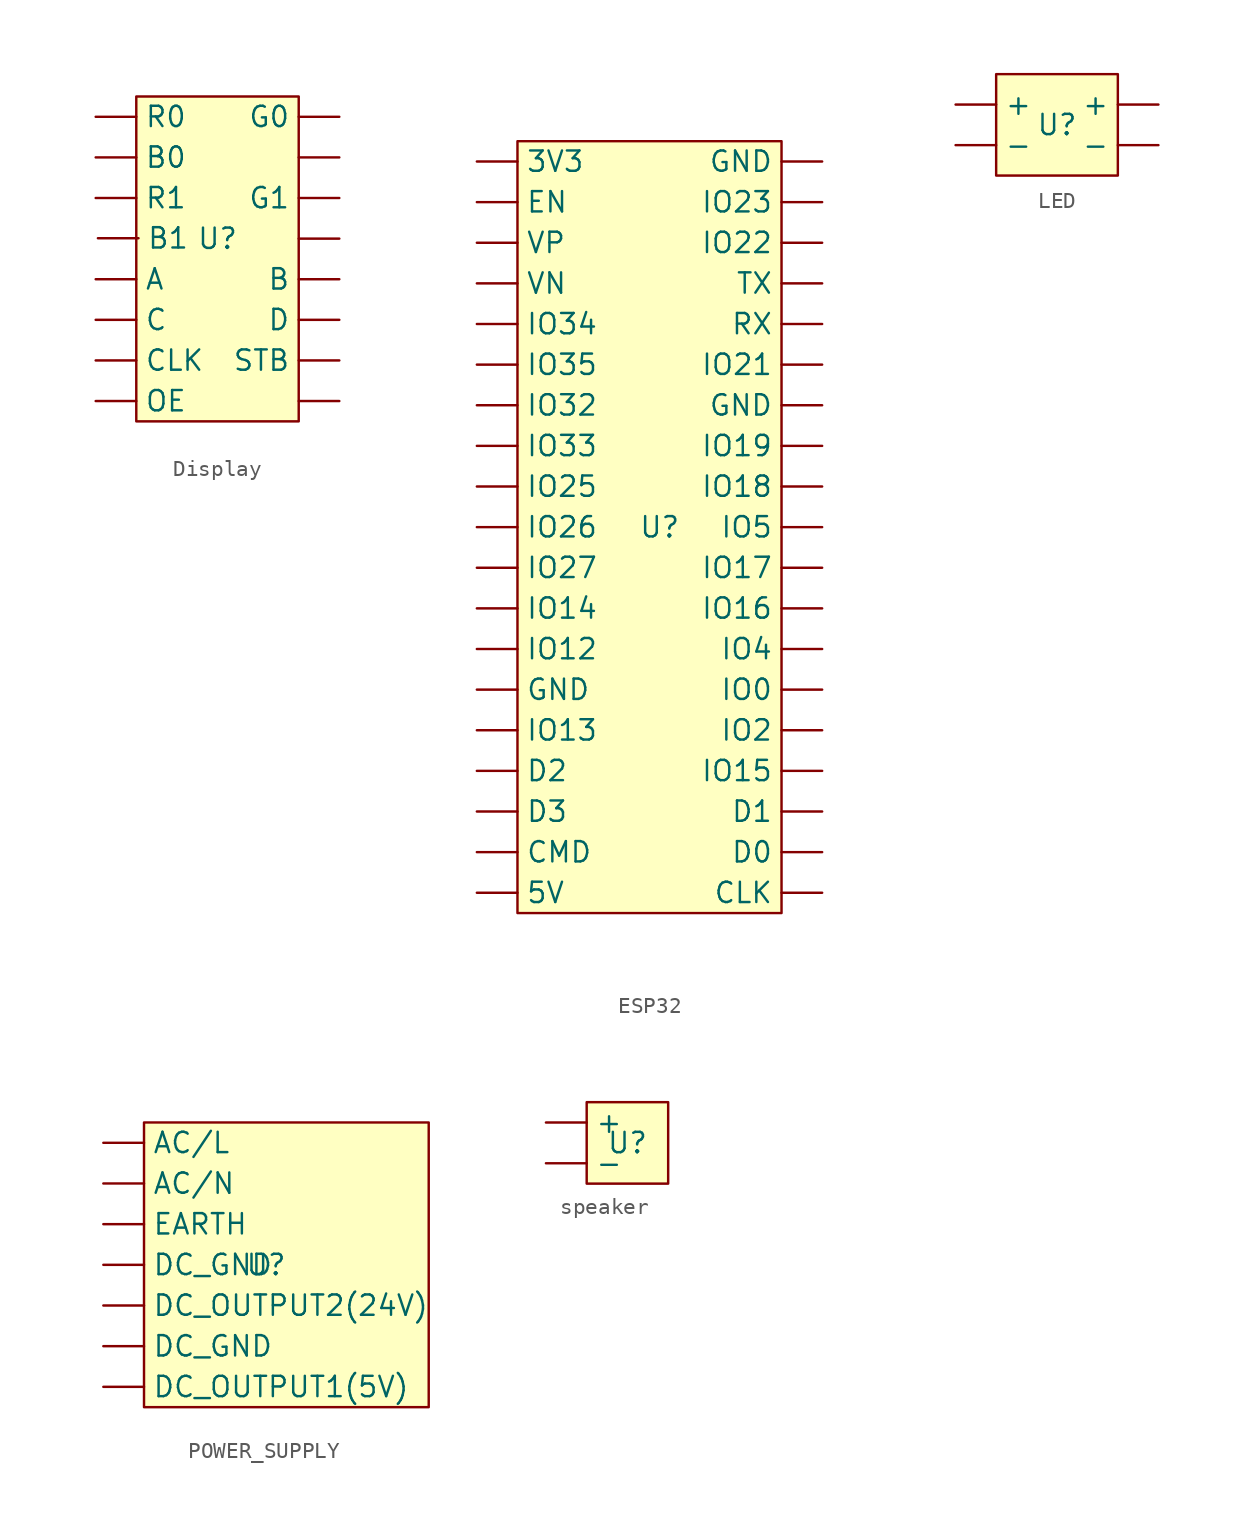
<source format=kicad_sym>
(kicad_symbol_lib
  (version 20231120)
  (generator "kicad_symbol_editor")
  (generator_version "8.0")
  (symbol "Display"
    (property "Reference" "U"
      (at 0 1.27 0)
      (effects (font (size 1.27 1.27))))
    (property "Value" ""
      (at 0 1.27 0)
      (effects (font (size 1.27 1.27))))
    (symbol "Display_1_1"
      (rectangle (start -5.08 10.16) (end 5.08 -10.16) (stroke (width 0) (type default)) (fill (type background)))
      (pin input line (at 7.62 -8.89 180) (length 2.54) (name "" (effects (font (size 1.27 1.27)))) (number "" (effects (font (size 1.27 1.27)))))
      (pin input line (at 7.62 1.27 180) (length 2.54) (name "" (effects (font (size 1.27 1.27)))) (number "" (effects (font (size 1.27 1.27)))))
      (pin input line (at 7.62 6.35 180) (length 2.54) (name "" (effects (font (size 1.27 1.27)))) (number "" (effects (font (size 1.27 1.27)))))
      (pin input line (at -7.62 -1.27 0) (length 2.54) (name "A" (effects (font (size 1.27 1.27)))) (number "" (effects (font (size 1.27 1.27)))))
      (pin input line (at 7.62 -1.27 180) (length 2.54) (name "B" (effects (font (size 1.27 1.27)))) (number "" (effects (font (size 1.27 1.27)))))
      (pin input line (at -7.62 6.35 0) (length 2.54) (name "B0" (effects (font (size 1.27 1.27)))) (number "" (effects (font (size 1.27 1.27)))))
      (pin input line (at -7.481 1.295 0) (length 2.54) (name "B1" (effects (font (size 1.27 1.27)))) (number "" (effects (font (size 1.27 1.27)))))
      (pin input line (at -7.62 -3.81 0) (length 2.54) (name "C" (effects (font (size 1.27 1.27)))) (number "" (effects (font (size 1.27 1.27)))))
      (pin input line (at -7.62 -6.35 0) (length 2.54) (name "CLK" (effects (font (size 1.27 1.27)))) (number "" (effects (font (size 1.27 1.27)))))
      (pin input line (at 7.62 -3.81 180) (length 2.54) (name "D" (effects (font (size 1.27 1.27)))) (number "" (effects (font (size 1.27 1.27)))))
      (pin input line (at 7.62 8.89 180) (length 2.54) (name "G0" (effects (font (size 1.27 1.27)))) (number "" (effects (font (size 1.27 1.27)))))
      (pin input line (at 7.62 3.81 180) (length 2.54) (name "G1" (effects (font (size 1.27 1.27)))) (number "" (effects (font (size 1.27 1.27)))))
      (pin input line (at -7.62 -8.89 0) (length 2.54) (name "OE" (effects (font (size 1.27 1.27)))) (number "" (effects (font (size 1.27 1.27)))))
      (pin input line (at -7.62 8.89 0) (length 2.54) (name "R0" (effects (font (size 1.27 1.27)))) (number "" (effects (font (size 1.27 1.27)))))
      (pin input line (at -7.62 3.81 0) (length 2.54) (name "R1" (effects (font (size 1.27 1.27)))) (number "" (effects (font (size 1.27 1.27)))))
      (pin input line (at 7.62 -6.35 180) (length 2.54) (name "STB" (effects (font (size 1.27 1.27)))) (number "" (effects (font (size 1.27 1.27)))))))
  (symbol "ESP32"
    (property "Reference" "U"
      (at 0 0 0)
      (effects (font (size 1.27 1.27))))
    (property "Value" ""
      (at 0 0 0)
      (effects (font (size 1.27 1.27))))
    (symbol "ESP32_1_1"
      (rectangle (start -8.89 24.13) (end 7.62 -24.13) (stroke (width 0) (type default)) (fill (type background)))
      (pin input line (at -11.43 22.86 0) (length 2.54) (name "3V3" (effects (font (size 1.27 1.27)))) (number "" (effects (font (size 1.27 1.27)))))
      (pin input line (at -11.43 -22.86 0) (length 2.54) (name "5V" (effects (font (size 1.27 1.27)))) (number "" (effects (font (size 1.27 1.27)))))
      (pin input line (at 10.16 -22.86 180) (length 2.54) (name "CLK" (effects (font (size 1.27 1.27)))) (number "" (effects (font (size 1.27 1.27)))))
      (pin input line (at -11.43 -20.32 0) (length 2.54) (name "CMD" (effects (font (size 1.27 1.27)))) (number "" (effects (font (size 1.27 1.27)))))
      (pin input line (at 10.16 -20.32 180) (length 2.54) (name "D0" (effects (font (size 1.27 1.27)))) (number "" (effects (font (size 1.27 1.27)))))
      (pin input line (at 10.16 -17.78 180) (length 2.54) (name "D1" (effects (font (size 1.27 1.27)))) (number "" (effects (font (size 1.27 1.27)))))
      (pin input line (at -11.43 -15.24 0) (length 2.54) (name "D2" (effects (font (size 1.27 1.27)))) (number "" (effects (font (size 1.27 1.27)))))
      (pin input line (at -11.43 -17.78 0) (length 2.54) (name "D3" (effects (font (size 1.27 1.27)))) (number "" (effects (font (size 1.27 1.27)))))
      (pin input line (at -11.43 20.32 0) (length 2.54) (name "EN" (effects (font (size 1.27 1.27)))) (number "" (effects (font (size 1.27 1.27)))))
      (pin input line (at -11.43 -10.16 0) (length 2.54) (name "GND" (effects (font (size 1.27 1.27)))) (number "" (effects (font (size 1.27 1.27)))))
      (pin input line (at 10.16 7.62 180) (length 2.54) (name "GND" (effects (font (size 1.27 1.27)))) (number "" (effects (font (size 1.27 1.27)))))
      (pin input line (at 10.16 22.86 180) (length 2.54) (name "GND" (effects (font (size 1.27 1.27)))) (number "" (effects (font (size 1.27 1.27)))))
      (pin input line (at 10.16 -10.16 180) (length 2.54) (name "IO0" (effects (font (size 1.27 1.27)))) (number "" (effects (font (size 1.27 1.27)))))
      (pin input line (at -11.43 -7.62 0) (length 2.54) (name "IO12" (effects (font (size 1.27 1.27)))) (number "" (effects (font (size 1.27 1.27)))))
      (pin input line (at -11.43 -12.7 0) (length 2.54) (name "IO13" (effects (font (size 1.27 1.27)))) (number "" (effects (font (size 1.27 1.27)))))
      (pin input line (at -11.43 -5.08 0) (length 2.54) (name "IO14" (effects (font (size 1.27 1.27)))) (number "" (effects (font (size 1.27 1.27)))))
      (pin input line (at 10.16 -15.24 180) (length 2.54) (name "IO15" (effects (font (size 1.27 1.27)))) (number "" (effects (font (size 1.27 1.27)))))
      (pin input line (at 10.16 -5.08 180) (length 2.54) (name "IO16" (effects (font (size 1.27 1.27)))) (number "" (effects (font (size 1.27 1.27)))))
      (pin input line (at 10.16 -2.54 180) (length 2.54) (name "IO17" (effects (font (size 1.27 1.27)))) (number "" (effects (font (size 1.27 1.27)))))
      (pin input line (at 10.16 2.54 180) (length 2.54) (name "IO18" (effects (font (size 1.27 1.27)))) (number "" (effects (font (size 1.27 1.27)))))
      (pin input line (at 10.16 5.08 180) (length 2.54) (name "IO19" (effects (font (size 1.27 1.27)))) (number "" (effects (font (size 1.27 1.27)))))
      (pin input line (at 10.16 -12.7 180) (length 2.54) (name "IO2" (effects (font (size 1.27 1.27)))) (number "" (effects (font (size 1.27 1.27)))))
      (pin input line (at 10.16 10.16 180) (length 2.54) (name "IO21" (effects (font (size 1.27 1.27)))) (number "" (effects (font (size 1.27 1.27)))))
      (pin input line (at 10.16 17.78 180) (length 2.54) (name "IO22" (effects (font (size 1.27 1.27)))) (number "" (effects (font (size 1.27 1.27)))))
      (pin input line (at 10.16 20.32 180) (length 2.54) (name "IO23" (effects (font (size 1.27 1.27)))) (number "" (effects (font (size 1.27 1.27)))))
      (pin input line (at -11.43 2.54 0) (length 2.54) (name "IO25" (effects (font (size 1.27 1.27)))) (number "" (effects (font (size 1.27 1.27)))))
      (pin input line (at -11.43 0 0) (length 2.54) (name "IO26" (effects (font (size 1.27 1.27)))) (number "" (effects (font (size 1.27 1.27)))))
      (pin input line (at -11.43 -2.54 0) (length 2.54) (name "IO27" (effects (font (size 1.27 1.27)))) (number "" (effects (font (size 1.27 1.27)))))
      (pin input line (at -11.43 7.62 0) (length 2.54) (name "IO32" (effects (font (size 1.27 1.27)))) (number "" (effects (font (size 1.27 1.27)))))
      (pin input line (at -11.43 5.08 0) (length 2.54) (name "IO33" (effects (font (size 1.27 1.27)))) (number "" (effects (font (size 1.27 1.27)))))
      (pin input line (at -11.43 12.7 0) (length 2.54) (name "IO34" (effects (font (size 1.27 1.27)))) (number "" (effects (font (size 1.27 1.27)))))
      (pin input line (at -11.43 10.16 0) (length 2.54) (name "IO35" (effects (font (size 1.27 1.27)))) (number "" (effects (font (size 1.27 1.27)))))
      (pin input line (at 10.16 -7.62 180) (length 2.54) (name "IO4" (effects (font (size 1.27 1.27)))) (number "" (effects (font (size 1.27 1.27)))))
      (pin input line (at 10.16 0 180) (length 2.54) (name "IO5" (effects (font (size 1.27 1.27)))) (number "" (effects (font (size 1.27 1.27)))))
      (pin input line (at 10.16 12.7 180) (length 2.54) (name "RX" (effects (font (size 1.27 1.27)))) (number "" (effects (font (size 1.27 1.27)))))
      (pin input line (at 10.16 15.24 180) (length 2.54) (name "TX" (effects (font (size 1.27 1.27)))) (number "" (effects (font (size 1.27 1.27)))))
      (pin input line (at -11.43 15.24 0) (length 2.54) (name "VN" (effects (font (size 1.27 1.27)))) (number "" (effects (font (size 1.27 1.27)))))
      (pin input line (at -11.43 17.78 0) (length 2.54) (name "VP" (effects (font (size 1.27 1.27)))) (number "" (effects (font (size 1.27 1.27)))))))
  (symbol "LED"
    (property "Reference" "U"
      (at 0 0 0)
      (effects (font (size 1.27 1.27))))
    (property "Value" ""
      (at 0 0 0)
      (effects (font (size 1.27 1.27))))
    (symbol "LED_1_1"
      (rectangle (start -3.81 3.175) (end 3.81 -3.175) (stroke (width 0) (type default)) (fill (type background)))
      (pin input line (at -6.35 1.27 0) (length 2.54) (name "+" (effects (font (size 1.27 1.27)))) (number "" (effects (font (size 1.27 1.27)))))
      (pin input line (at 6.35 1.27 180) (length 2.54) (name "+" (effects (font (size 1.27 1.27)))) (number "" (effects (font (size 1.27 1.27)))))
      (pin input line (at -6.35 -1.27 0) (length 2.54) (name "-" (effects (font (size 1.27 1.27)))) (number "" (effects (font (size 1.27 1.27)))))
      (pin input line (at 6.35 -1.27 180) (length 2.54) (name "-" (effects (font (size 1.27 1.27)))) (number "" (effects (font (size 1.27 1.27)))))))
  (symbol "POWER_SUPPLY"
    (property "Reference" "U"
      (at 0 0 0)
      (effects (font (size 1.27 1.27))))
    (property "Value" ""
      (at 0 0 0)
      (effects (font (size 1.27 1.27))))
    (symbol "POWER_SUPPLY_1_1"
      (rectangle (start -7.62 8.89) (end 10.16 -8.89) (stroke (width 0) (type default)) (fill (type background)))
      (pin input line (at -10.16 7.62 0) (length 2.54) (name "AC/L" (effects (font (size 1.27 1.27)))) (number "" (effects (font (size 1.27 1.27)))))
      (pin input line (at -10.16 5.08 0) (length 2.54) (name "AC/N" (effects (font (size 1.27 1.27)))) (number "" (effects (font (size 1.27 1.27)))))
      (pin input line (at -10.16 -5.08 0) (length 2.54) (name "DC_GND" (effects (font (size 1.27 1.27)))) (number "" (effects (font (size 1.27 1.27)))))
      (pin input line (at -10.16 0 0) (length 2.54) (name "DC_GND" (effects (font (size 1.27 1.27)))) (number "" (effects (font (size 1.27 1.27)))))
      (pin input line (at -10.16 -7.62 0) (length 2.54) (name "DC_OUTPUT1(5V)" (effects (font (size 1.27 1.27)))) (number "" (effects (font (size 1.27 1.27)))))
      (pin input line (at -10.16 -2.54 0) (length 2.54) (name "DC_OUTPUT2(24V)" (effects (font (size 1.27 1.27)))) (number "" (effects (font (size 1.27 1.27)))))
      (pin input line (at -10.16 2.54 0) (length 2.54) (name "EARTH" (effects (font (size 1.27 1.27)))) (number "" (effects (font (size 1.27 1.27)))))))
  (symbol "speaker"
    (property "Reference" "U"
      (at 0 0 0)
      (effects (font (size 1.27 1.27))))
    (property "Value" ""
      (at 0 0 0)
      (effects (font (size 1.27 1.27))))
    (symbol "speaker_1_1"
      (rectangle (start -2.54 2.54) (end 2.54 -2.54) (stroke (width 0) (type default)) (fill (type background)))
      (pin input line (at -5.08 1.27 0) (length 2.54) (name "+" (effects (font (size 1.27 1.27)))) (number "" (effects (font (size 1.27 1.27)))))
      (pin input line (at -5.08 -1.27 0) (length 2.54) (name "-" (effects (font (size 1.27 1.27)))) (number "" (effects (font (size 1.27 1.27))))))))
</source>
